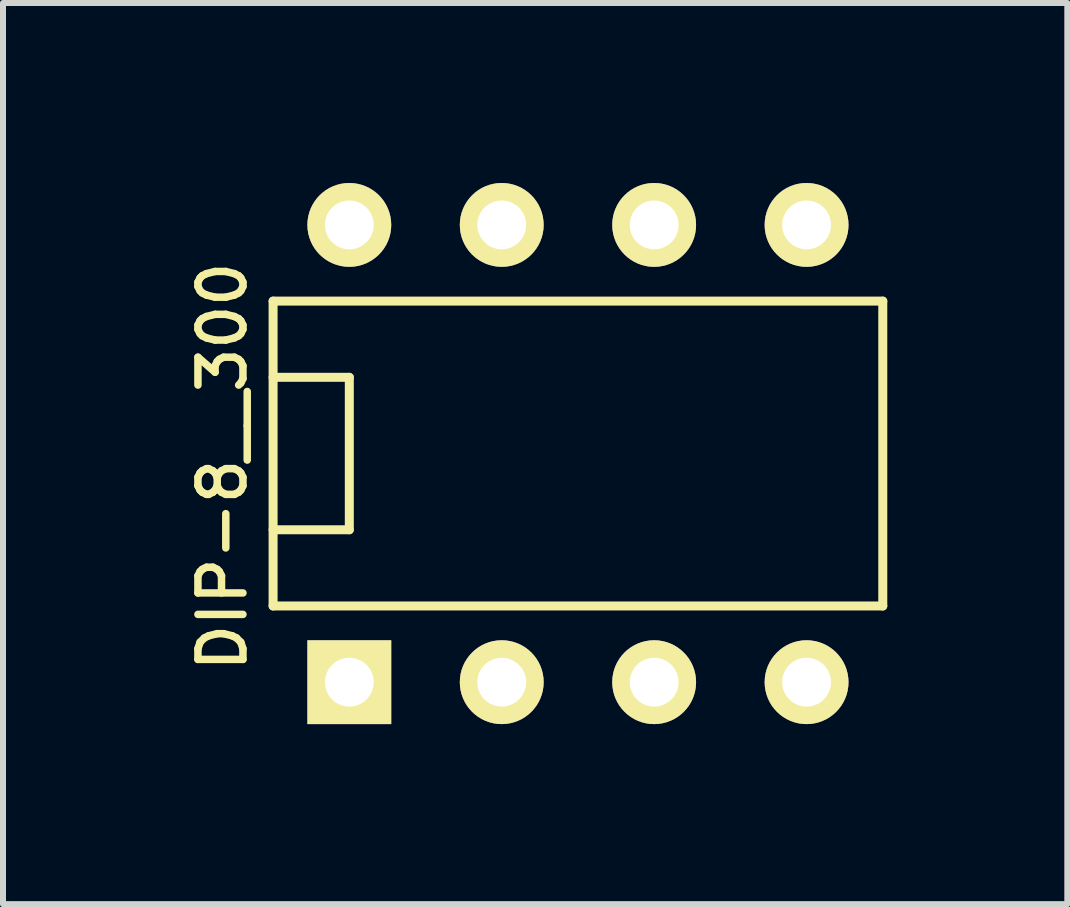
<source format=kicad_pcb>
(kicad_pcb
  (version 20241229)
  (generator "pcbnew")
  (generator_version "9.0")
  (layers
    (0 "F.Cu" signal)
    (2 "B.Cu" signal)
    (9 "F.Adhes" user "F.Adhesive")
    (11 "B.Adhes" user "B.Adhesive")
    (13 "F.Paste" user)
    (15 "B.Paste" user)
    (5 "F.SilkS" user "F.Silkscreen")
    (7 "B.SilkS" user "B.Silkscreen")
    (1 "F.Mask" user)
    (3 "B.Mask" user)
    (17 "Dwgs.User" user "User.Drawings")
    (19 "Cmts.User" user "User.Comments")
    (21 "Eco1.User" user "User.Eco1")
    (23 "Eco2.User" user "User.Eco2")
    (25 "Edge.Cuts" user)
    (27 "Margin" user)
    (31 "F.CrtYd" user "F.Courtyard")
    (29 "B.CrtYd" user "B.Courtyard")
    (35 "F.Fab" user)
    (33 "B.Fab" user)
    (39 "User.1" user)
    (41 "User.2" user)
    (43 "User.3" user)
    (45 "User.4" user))
  (footprint "DIP-8__300"
    (layer "F.Cu")
    (at 6.581 4.508)
    (property "Reference" "DIP-8__300" (at -5.923 0.216 90) (layer "F.SilkS") (effects (font (size 0.75 0.75) (thickness 0.125))))
    (attr through_hole)
    (fp_line (start -5.08 -2.54) (end 5.08 -2.54) (stroke (width 0.15) (type solid)) (layer "F.SilkS"))
    (fp_line (start -5.08 -1.27) (end -3.81 -1.27) (stroke (width 0.15) (type solid)) (layer "F.SilkS"))
    (fp_line (start -5.08 2.54) (end -5.08 -2.54) (stroke (width 0.15) (type solid)) (layer "F.SilkS"))
    (fp_line (start -3.81 -1.27) (end -3.81 1.27) (stroke (width 0.15) (type solid)) (layer "F.SilkS"))
    (fp_line (start -3.81 1.27) (end -5.08 1.27) (stroke (width 0.15) (type solid)) (layer "F.SilkS"))
    (fp_line (start 5.08 -2.54) (end 5.08 2.54) (stroke (width 0.15) (type solid)) (layer "F.SilkS"))
    (fp_line (start 5.08 2.54) (end -5.08 2.54) (stroke (width 0.15) (type solid)) (layer "F.SilkS"))
    (pad "1" thru_hole rect (at -3.81 3.81) (size 1.397 1.397) (drill 0.813) (layers "*.Cu" "*.Mask" "F.SilkS"))
    (pad "2" thru_hole circle (at -1.27 3.81) (size 1.397 1.397) (drill 0.813) (layers "*.Cu" "*.Mask" "F.SilkS"))
    (pad "3" thru_hole circle (at 1.27 3.81) (size 1.397 1.397) (drill 0.813) (layers "*.Cu" "*.Mask" "F.SilkS"))
    (pad "4" thru_hole circle (at 3.81 3.81) (size 1.397 1.397) (drill 0.813) (layers "*.Cu" "*.Mask" "F.SilkS"))
    (pad "5" thru_hole circle (at 3.81 -3.81) (size 1.397 1.397) (drill 0.813) (layers "*.Cu" "*.Mask" "F.SilkS"))
    (pad "6" thru_hole circle (at 1.27 -3.81) (size 1.397 1.397) (drill 0.813) (layers "*.Cu" "*.Mask" "F.SilkS"))
    (pad "7" thru_hole circle (at -1.27 -3.81) (size 1.397 1.397) (drill 0.813) (layers "*.Cu" "*.Mask" "F.SilkS"))
    (pad "8" thru_hole circle (at -3.81 -3.81) (size 1.397 1.397) (drill 0.813) (layers "*.Cu" "*.Mask" "F.SilkS")))
  (gr_rect
    (start -3 -3)
    (end 14.736 12.017)
    (stroke (width 0.1) (type default))
    (fill no)
    (layer "Edge.Cuts")))
</source>
